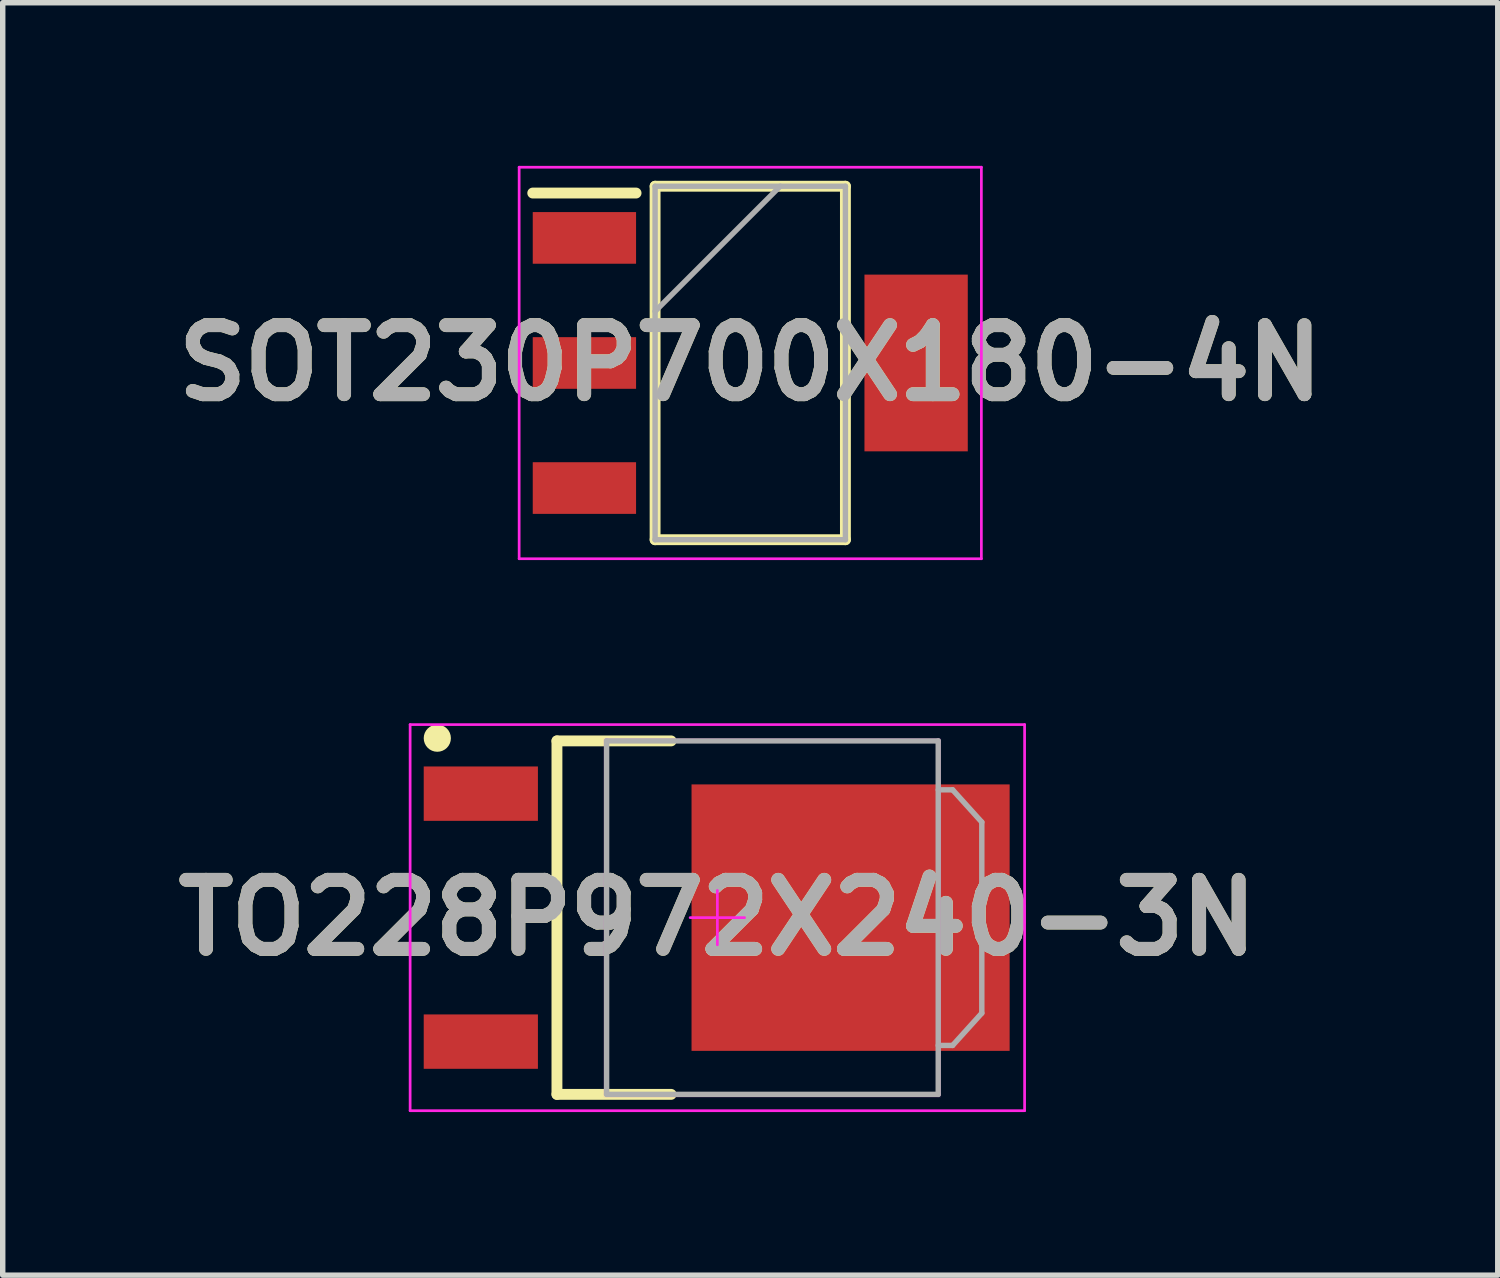
<source format=kicad_pcb>
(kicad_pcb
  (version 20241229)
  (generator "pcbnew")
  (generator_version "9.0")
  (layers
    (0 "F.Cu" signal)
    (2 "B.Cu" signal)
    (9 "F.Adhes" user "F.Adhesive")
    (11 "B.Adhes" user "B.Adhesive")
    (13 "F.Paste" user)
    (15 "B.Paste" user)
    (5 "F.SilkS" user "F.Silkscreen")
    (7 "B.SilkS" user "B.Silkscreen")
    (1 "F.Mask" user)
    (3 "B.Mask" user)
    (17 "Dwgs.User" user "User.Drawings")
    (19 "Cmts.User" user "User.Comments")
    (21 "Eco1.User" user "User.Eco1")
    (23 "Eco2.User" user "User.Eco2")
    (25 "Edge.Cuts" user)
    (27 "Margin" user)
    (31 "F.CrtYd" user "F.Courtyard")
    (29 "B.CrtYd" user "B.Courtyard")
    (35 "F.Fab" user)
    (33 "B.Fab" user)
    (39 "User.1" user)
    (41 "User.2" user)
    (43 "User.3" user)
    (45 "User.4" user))
  (footprint "TO228P972X240-3N"
    (layer "F.Cu")
    (at 10.142 13.825)
    (property "Reference" "TO228P972X240-3N" (at 0 0 0) (layer "F.SilkS") (effects (font (size 1.27 1.27) (thickness 0.254))))
    (attr smd)
    (fp_line (start -2.95 -3.25) (end -0.85 -3.25) (stroke (width 0.2) (type solid)) (layer "F.SilkS"))
    (fp_line (start -2.95 3.25) (end -2.95 -3.25) (stroke (width 0.2) (type solid)) (layer "F.SilkS"))
    (fp_line (start -0.85 3.25) (end -2.95 3.25) (stroke (width 0.2) (type solid)) (layer "F.SilkS"))
    (fp_circle (center -5.15 -3.3) (end -5.15 -3.175) (stroke (width 0.25) (type solid)) (fill no) (layer "F.SilkS"))
    (fp_line (start -5.65 -3.55) (end -5.65 3.55) (stroke (width 0.05) (type solid)) (layer "F.CrtYd"))
    (fp_line (start -5.65 3.55) (end 5.65 3.55) (stroke (width 0.05) (type solid)) (layer "F.CrtYd"))
    (fp_line (start -2.088 -3.3) (end -2.088 3.3) (stroke (width 0.001) (type solid)) (layer "F.CrtYd"))
    (fp_line (start -2.088 3.3) (end 4.112 3.3) (stroke (width 0.001) (type solid)) (layer "F.CrtYd"))
    (fp_line (start -0.5 0) (end 0.5 0) (stroke (width 0.05) (type solid)) (layer "F.CrtYd"))
    (fp_line (start 0 0.5) (end 0 -0.5) (stroke (width 0.05) (type solid)) (layer "F.CrtYd"))
    (fp_line (start 4.112 -3.3) (end -2.088 -3.3) (stroke (width 0.001) (type solid)) (layer "F.CrtYd"))
    (fp_line (start 4.112 3.3) (end 4.112 -3.3) (stroke (width 0.001) (type solid)) (layer "F.CrtYd"))
    (fp_line (start 5.65 -3.55) (end -5.65 -3.55) (stroke (width 0.05) (type solid)) (layer "F.CrtYd"))
    (fp_line (start 5.65 3.55) (end 5.65 -3.55) (stroke (width 0.05) (type solid)) (layer "F.CrtYd"))
    (fp_line (start -2.037 -3.25) (end -2.037 3.25) (stroke (width 0.1) (type solid)) (layer "F.Fab"))
    (fp_line (start -2.037 3.25) (end 4.062 3.25) (stroke (width 0.1) (type solid)) (layer "F.Fab"))
    (fp_line (start 4.062 -3.25) (end -2.037 -3.25) (stroke (width 0.1) (type solid)) (layer "F.Fab"))
    (fp_line (start 4.062 2.35) (end 4.326 2.35) (stroke (width 0.1) (type solid)) (layer "F.Fab"))
    (fp_line (start 4.062 3.25) (end 4.062 -3.25) (stroke (width 0.1) (type solid)) (layer "F.Fab"))
    (fp_line (start 4.326 2.35) (end 4.863 1.756) (stroke (width 0.1) (type solid)) (layer "F.Fab"))
    (fp_line (start 4.327 -2.35) (end 4.063 -2.35) (stroke (width 0.1) (type solid)) (layer "F.Fab"))
    (fp_line (start 4.863 -1.756) (end 4.327 -2.35) (stroke (width 0.1) (type solid)) (layer "F.Fab"))
    (fp_line (start 4.863 1.756) (end 4.863 -1.756) (stroke (width 0.1) (type solid)) (layer "F.Fab"))
    (fp_text user "${REFERENCE}" (at 0 0 0) (layer "F.Fab") (effects (font (size 1.27 1.27) (thickness 0.254))))
    (pad "1" smd rect (at -4.35 -2.28 90) (size 1 2.1) (layers "F.Cu" "F.Mask" "F.Paste"))
    (pad "3" smd rect (at -4.35 2.28 90) (size 1 2.1) (layers "F.Cu" "F.Mask" "F.Paste"))
    (pad "4" smd rect (at 2.45 0 90) (size 4.9 5.85) (layers "F.Cu" "F.Mask" "F.Paste")))
  (footprint "SOT230P700X180-4N"
    (layer "F.Cu")
    (at 10.747 3.625)
    (property "Reference" "SOT230P700X180-4N" (at 0 0 0) (layer "F.SilkS") (effects (font (size 1.27 1.27) (thickness 0.254))))
    (attr smd)
    (fp_line (start -4 -3.125) (end -2.1 -3.125) (stroke (width 0.2) (type solid)) (layer "F.SilkS"))
    (fp_line (start -1.75 -3.25) (end 1.75 -3.25) (stroke (width 0.2) (type solid)) (layer "F.SilkS"))
    (fp_line (start -1.75 3.25) (end -1.75 -3.25) (stroke (width 0.2) (type solid)) (layer "F.SilkS"))
    (fp_line (start 1.75 -3.25) (end 1.75 3.25) (stroke (width 0.2) (type solid)) (layer "F.SilkS"))
    (fp_line (start 1.75 3.25) (end -1.75 3.25) (stroke (width 0.2) (type solid)) (layer "F.SilkS"))
    (fp_line (start -4.25 -3.6) (end 4.25 -3.6) (stroke (width 0.05) (type solid)) (layer "F.CrtYd"))
    (fp_line (start -4.25 3.6) (end -4.25 -3.6) (stroke (width 0.05) (type solid)) (layer "F.CrtYd"))
    (fp_line (start 4.25 -3.6) (end 4.25 3.6) (stroke (width 0.05) (type solid)) (layer "F.CrtYd"))
    (fp_line (start 4.25 3.6) (end -4.25 3.6) (stroke (width 0.05) (type solid)) (layer "F.CrtYd"))
    (fp_line (start -1.75 -3.25) (end 1.75 -3.25) (stroke (width 0.1) (type solid)) (layer "F.Fab"))
    (fp_line (start -1.75 -0.95) (end 0.55 -3.25) (stroke (width 0.1) (type solid)) (layer "F.Fab"))
    (fp_line (start -1.75 3.25) (end -1.75 -3.25) (stroke (width 0.1) (type solid)) (layer "F.Fab"))
    (fp_line (start 1.75 -3.25) (end 1.75 3.25) (stroke (width 0.1) (type solid)) (layer "F.Fab"))
    (fp_line (start 1.75 3.25) (end -1.75 3.25) (stroke (width 0.1) (type solid)) (layer "F.Fab"))
    (fp_text user "${REFERENCE}" (at 0 0 0) (layer "F.Fab") (effects (font (size 1.27 1.27) (thickness 0.254))))
    (pad "1" smd rect (at -3.05 -2.3 90) (size 0.95 1.9) (layers "F.Cu" "F.Mask" "F.Paste"))
    (pad "2" smd rect (at -3.05 0 90) (size 0.95 1.9) (layers "F.Cu" "F.Mask" "F.Paste"))
    (pad "3" smd rect (at -3.05 2.3 90) (size 0.95 1.9) (layers "F.Cu" "F.Mask" "F.Paste"))
    (pad "4" smd rect (at 3.05 0) (size 1.9 3.25) (layers "F.Cu" "F.Mask" "F.Paste")))
  (gr_rect
    (start -3 -3)
    (end 24.493 20.4)
    (stroke (width 0.1) (type default))
    (fill no)
    (layer "Edge.Cuts")))
</source>
